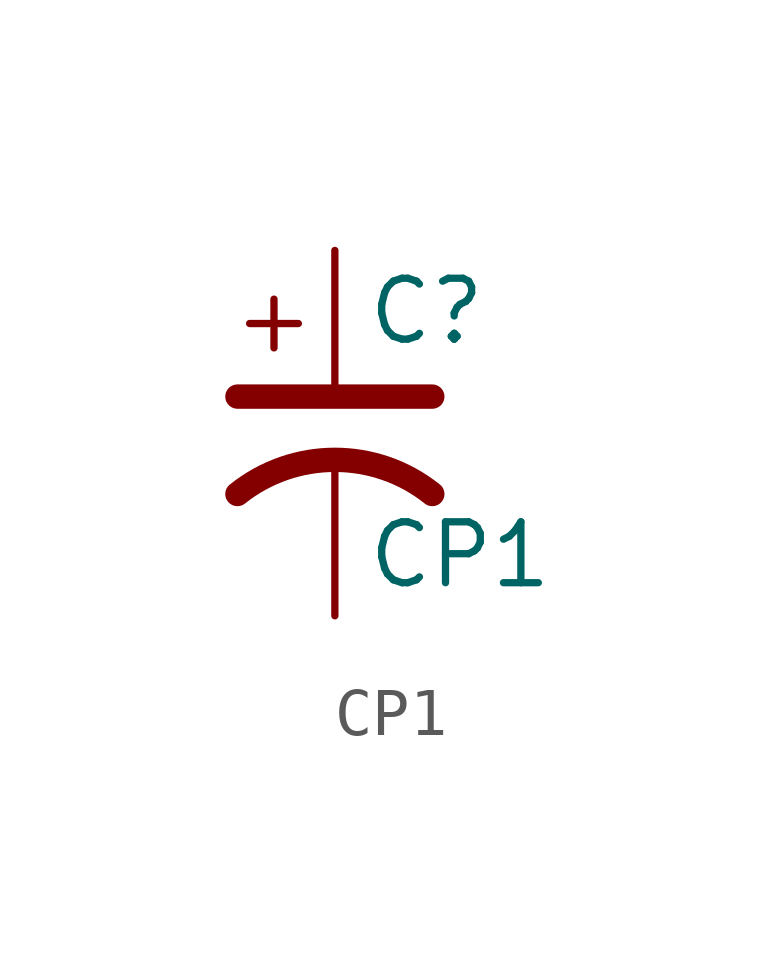
<source format=kicad_sym>
(kicad_symbol_lib
  (version 20241209)
  (generator "kicad_symbol_editor")
  (generator_version "9.0")
  (symbol "CP1"
    (pin_numbers
      (hide yes))
    (pin_names
      (offset 0.254)
      (hide yes))
    (property "Reference" "C"
      (at 0.635 2.54 0)
      (effects (font (size 1.27 1.27)) (justify left)))
    (property "Value" "CP1"
      (at 0.635 -2.54 0)
      (effects (font (size 1.27 1.27)) (justify left)))
    (symbol "CP1_0_1"
      (polyline (pts (xy -2.032 0.762) (xy 2.032 0.762)) (stroke (width 0.508) (type solid)) (fill (type none)))
      (polyline (pts (xy -1.778 2.286) (xy -0.762 2.286)) (stroke (width 0) (type solid)) (fill (type none)))
      (polyline (pts (xy -1.27 1.778) (xy -1.27 2.794)) (stroke (width 0) (type solid)) (fill (type none)))
      (arc (start -2.032 -1.27) (mid 0 -0.5572) (end 2.032 -1.27) (stroke (width 0.508) (type solid)) (fill (type none))))
    (symbol "CP1_1_1"
      (pin passive line (at 0 3.81 270) (length 2.794) (name "~" (effects (font (size 1.27 1.27)))) (number "1" (effects (font (size 1.27 1.27)))))
      (pin passive line (at 0 -3.81 90) (length 3.302) (name "~" (effects (font (size 1.27 1.27)))) (number "2" (effects (font (size 1.27 1.27))))))))
</source>
